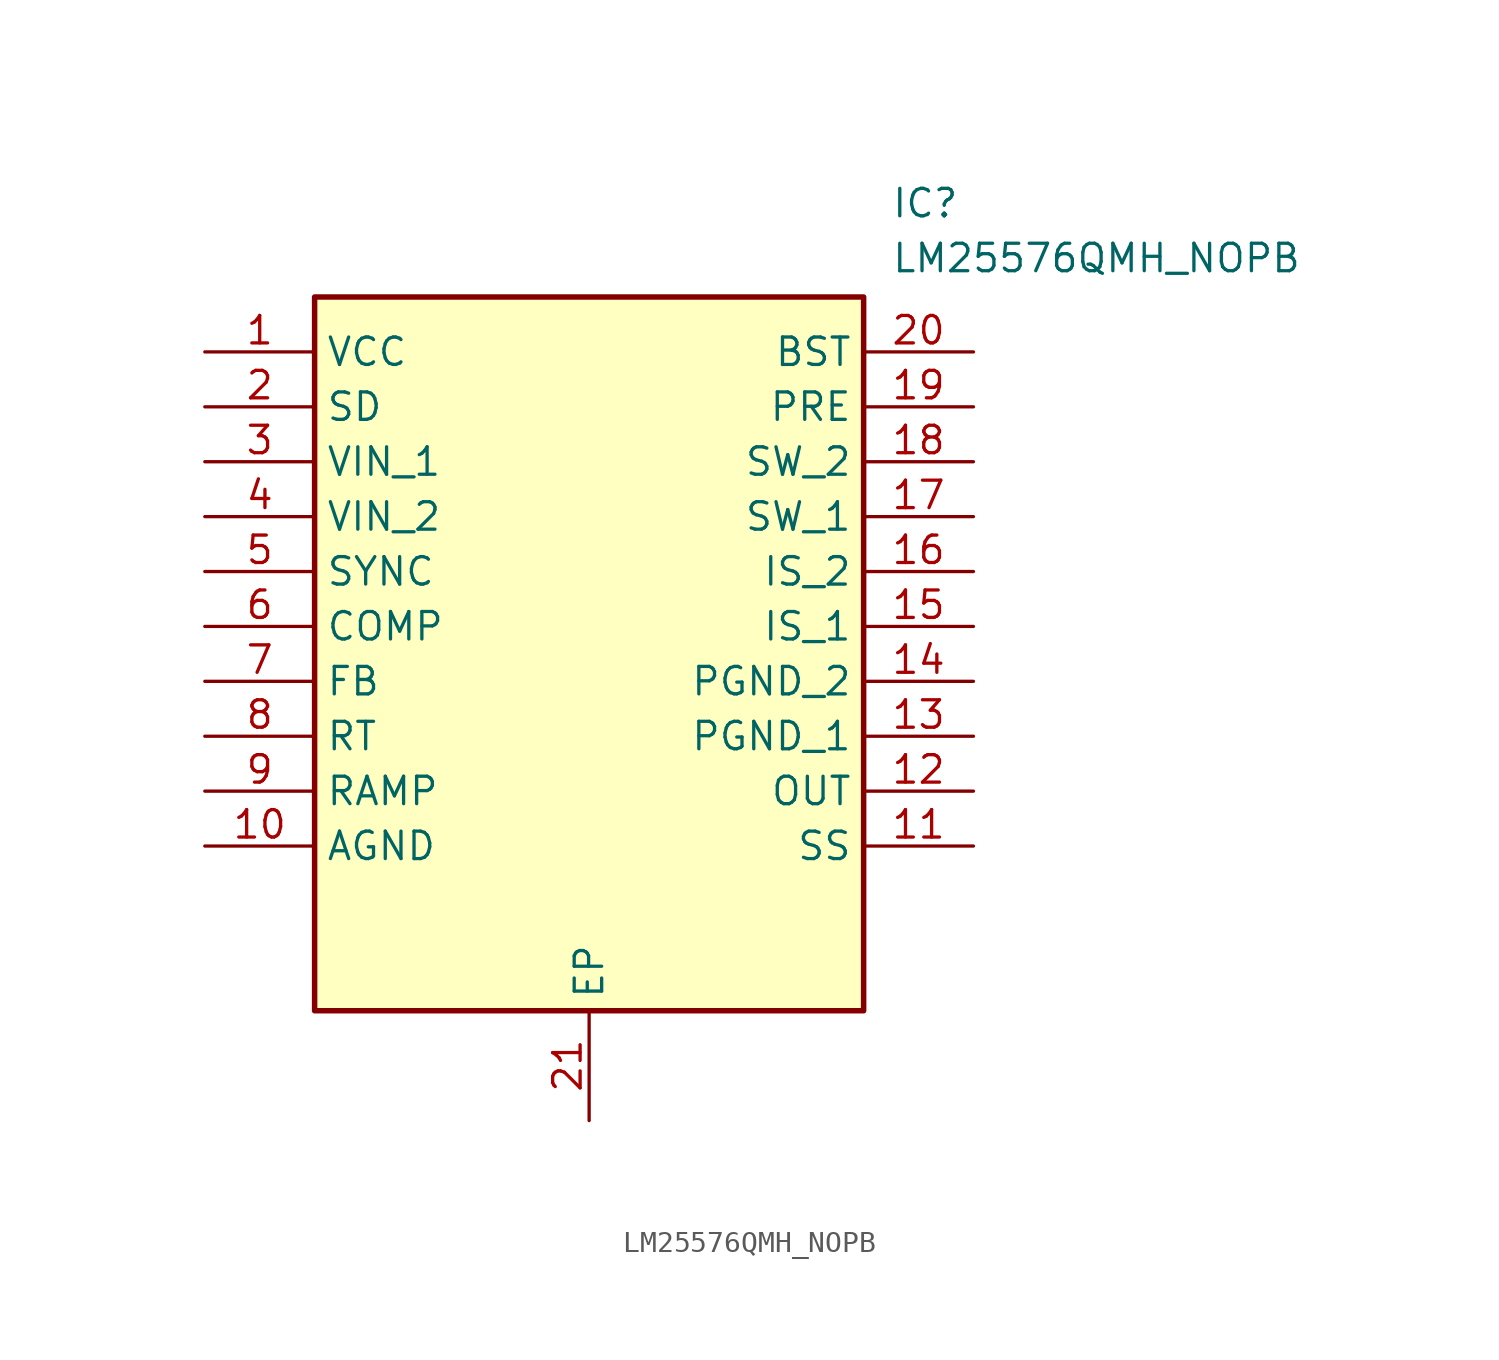
<source format=kicad_sym>
(kicad_symbol_lib
  (version 20211014)
  (generator SamacSys_ECAD_Model)
  (symbol "LM25576QMH_NOPB"
    (property "Reference" "IC"
      (at 31.75 7.62 0)
      (effects (font (size 1.27 1.27)) (justify left top)))
    (property "Value" "LM25576QMH_NOPB"
      (at 31.75 5.08 0)
      (effects (font (size 1.27 1.27)) (justify left top)))
    (rectangle
      (start 5.08 2.54)
      (end 30.48 -30.48)
      (stroke (width 0.254) (type default))
      (fill (type background)))
    (pin passive line
      (at 0 0 0)
      (length 5.08)
      (name "VCC" (effects (font (size 1.27 1.27))))
      (number "1" (effects (font (size 1.27 1.27)))))
    (pin passive line
      (at 0 -2.54 0)
      (length 5.08)
      (name "SD" (effects (font (size 1.27 1.27))))
      (number "2" (effects (font (size 1.27 1.27)))))
    (pin passive line
      (at 0 -5.08 0)
      (length 5.08)
      (name "VIN_1" (effects (font (size 1.27 1.27))))
      (number "3" (effects (font (size 1.27 1.27)))))
    (pin passive line
      (at 0 -7.62 0)
      (length 5.08)
      (name "VIN_2" (effects (font (size 1.27 1.27))))
      (number "4" (effects (font (size 1.27 1.27)))))
    (pin passive line
      (at 0 -10.16 0)
      (length 5.08)
      (name "SYNC" (effects (font (size 1.27 1.27))))
      (number "5" (effects (font (size 1.27 1.27)))))
    (pin passive line
      (at 0 -12.7 0)
      (length 5.08)
      (name "COMP" (effects (font (size 1.27 1.27))))
      (number "6" (effects (font (size 1.27 1.27)))))
    (pin passive line
      (at 0 -15.24 0)
      (length 5.08)
      (name "FB" (effects (font (size 1.27 1.27))))
      (number "7" (effects (font (size 1.27 1.27)))))
    (pin passive line
      (at 0 -17.78 0)
      (length 5.08)
      (name "RT" (effects (font (size 1.27 1.27))))
      (number "8" (effects (font (size 1.27 1.27)))))
    (pin passive line
      (at 0 -20.32 0)
      (length 5.08)
      (name "RAMP" (effects (font (size 1.27 1.27))))
      (number "9" (effects (font (size 1.27 1.27)))))
    (pin passive line
      (at 0 -22.86 0)
      (length 5.08)
      (name "AGND" (effects (font (size 1.27 1.27))))
      (number "10" (effects (font (size 1.27 1.27)))))
    (pin passive line
      (at 17.78 -35.56 90)
      (length 5.08)
      (name "EP" (effects (font (size 1.27 1.27))))
      (number "21" (effects (font (size 1.27 1.27)))))
    (pin passive line
      (at 35.56 0 180)
      (length 5.08)
      (name "BST" (effects (font (size 1.27 1.27))))
      (number "20" (effects (font (size 1.27 1.27)))))
    (pin passive line
      (at 35.56 -2.54 180)
      (length 5.08)
      (name "PRE" (effects (font (size 1.27 1.27))))
      (number "19" (effects (font (size 1.27 1.27)))))
    (pin passive line
      (at 35.56 -5.08 180)
      (length 5.08)
      (name "SW_2" (effects (font (size 1.27 1.27))))
      (number "18" (effects (font (size 1.27 1.27)))))
    (pin passive line
      (at 35.56 -7.62 180)
      (length 5.08)
      (name "SW_1" (effects (font (size 1.27 1.27))))
      (number "17" (effects (font (size 1.27 1.27)))))
    (pin passive line
      (at 35.56 -10.16 180)
      (length 5.08)
      (name "IS_2" (effects (font (size 1.27 1.27))))
      (number "16" (effects (font (size 1.27 1.27)))))
    (pin passive line
      (at 35.56 -12.7 180)
      (length 5.08)
      (name "IS_1" (effects (font (size 1.27 1.27))))
      (number "15" (effects (font (size 1.27 1.27)))))
    (pin passive line
      (at 35.56 -15.24 180)
      (length 5.08)
      (name "PGND_2" (effects (font (size 1.27 1.27))))
      (number "14" (effects (font (size 1.27 1.27)))))
    (pin passive line
      (at 35.56 -17.78 180)
      (length 5.08)
      (name "PGND_1" (effects (font (size 1.27 1.27))))
      (number "13" (effects (font (size 1.27 1.27)))))
    (pin passive line
      (at 35.56 -20.32 180)
      (length 5.08)
      (name "OUT" (effects (font (size 1.27 1.27))))
      (number "12" (effects (font (size 1.27 1.27)))))
    (pin passive line
      (at 35.56 -22.86 180)
      (length 5.08)
      (name "SS" (effects (font (size 1.27 1.27))))
      (number "11" (effects (font (size 1.27 1.27)))))))
</source>
